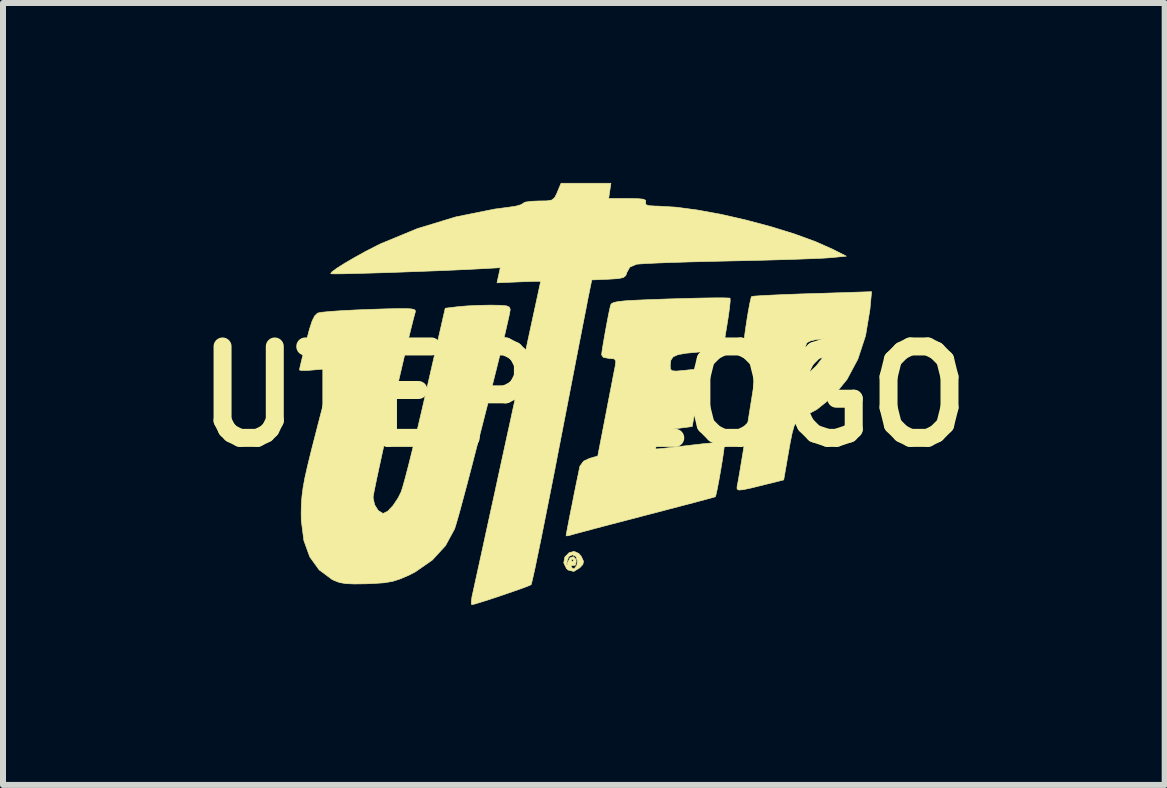
<source format=kicad_pcb>
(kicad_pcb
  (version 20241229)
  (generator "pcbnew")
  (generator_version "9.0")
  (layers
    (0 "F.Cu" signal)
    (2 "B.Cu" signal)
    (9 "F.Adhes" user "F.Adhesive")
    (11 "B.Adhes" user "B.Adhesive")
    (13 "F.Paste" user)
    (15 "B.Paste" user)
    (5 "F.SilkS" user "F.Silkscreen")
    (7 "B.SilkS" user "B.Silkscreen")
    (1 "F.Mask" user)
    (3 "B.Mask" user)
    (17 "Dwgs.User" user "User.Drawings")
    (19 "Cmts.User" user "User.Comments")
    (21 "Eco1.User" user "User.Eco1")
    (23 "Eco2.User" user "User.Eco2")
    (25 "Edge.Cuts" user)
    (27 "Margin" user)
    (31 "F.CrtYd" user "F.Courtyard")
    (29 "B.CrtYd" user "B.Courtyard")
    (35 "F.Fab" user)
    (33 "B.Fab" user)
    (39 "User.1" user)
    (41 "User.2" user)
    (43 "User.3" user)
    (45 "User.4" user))
  (footprint "UTEP LOGO"
    (layer "F.Cu")
    (at 6.684 3.561)
    (property "Reference" "UTEP LOGO" (at 0 0 0) (layer "F.SilkS") (effects (font (size 1.524 1.524) (thickness 0.3))))
    (attr through_hole)
    (fp_poly (pts (xy -0.084 2.616) (xy -0.044 2.664) (xy -0.006 2.746) (xy -0.016 2.799) (xy -0.067 2.854) (xy -0.167 2.916) (xy -0.261 2.893) (xy -0.288 2.87) (xy -0.313 2.819) (xy -0.285 2.819) (xy -0.278 2.805) (xy -0.269 2.762) (xy -0.252 2.731) (xy -0.212 2.731) (xy -0.191 2.752) (xy -0.169 2.731) (xy -0.191 2.709) (xy -0.212 2.731) (xy -0.252 2.731) (xy -0.229 2.687) (xy -0.174 2.67) (xy -0.133 2.713) (xy -0.127 2.754) (xy -0.143 2.813) (xy -0.169 2.815) (xy -0.208 2.821) (xy -0.212 2.837) (xy -0.181 2.871) (xy -0.159 2.868) (xy -0.118 2.817) (xy -0.106 2.748) (xy -0.132 2.666) (xy -0.191 2.639) (xy -0.251 2.668) (xy -0.282 2.752) (xy -0.285 2.819) (xy -0.313 2.819) (xy -0.335 2.774) (xy -0.317 2.676) (xy -0.245 2.603) (xy -0.162 2.582) (xy -0.084 2.616)) (stroke (width 0.01) (type solid)) (fill yes) (layer "F.SilkS"))
    (fp_poly (pts (xy 4.769 -1.446) (xy 4.697 -1.015) (xy 4.569 -0.625) (xy 4.388 -0.286) (xy 4.159 -0.004) (xy 3.886 0.214) (xy 3.72 0.303) (xy 3.64 0.34) (xy 3.581 0.376) (xy 3.537 0.424) (xy 3.503 0.499) (xy 3.472 0.613) (xy 3.438 0.781) (xy 3.397 1.015) (xy 3.385 1.086) (xy 3.332 1.39) (xy 2.98 1.478) (xy 2.784 1.526) (xy 2.657 1.553) (xy 2.585 1.559) (xy 2.555 1.543) (xy 2.554 1.505) (xy 2.561 1.471) (xy 2.575 1.398) (xy 2.599 1.259) (xy 2.631 1.066) (xy 2.669 0.835) (xy 2.711 0.578) (xy 2.754 0.309) (xy 2.797 0.042) (xy 2.836 -0.208) (xy 2.863 -0.378) (xy 3.644 -0.378) (xy 3.661 -0.355) (xy 3.7 -0.368) (xy 3.709 -0.372) (xy 3.796 -0.435) (xy 3.879 -0.515) (xy 3.962 -0.623) (xy 4.038 -0.752) (xy 4.092 -0.87) (xy 4.106 -0.935) (xy 4.07 -0.957) (xy 3.983 -0.961) (xy 3.874 -0.95) (xy 3.775 -0.927) (xy 3.718 -0.897) (xy 3.698 -0.843) (xy 3.676 -0.729) (xy 3.659 -0.599) (xy 3.644 -0.454) (xy 3.644 -0.378) (xy 2.863 -0.378) (xy 2.871 -0.43) (xy 2.898 -0.608) (xy 2.915 -0.729) (xy 2.921 -0.778) (xy 2.884 -0.815) (xy 2.794 -0.813) (xy 2.705 -0.809) (xy 2.672 -0.844) (xy 2.669 -0.895) (xy 2.677 -0.987) (xy 2.695 -1.124) (xy 2.719 -1.282) (xy 2.745 -1.438) (xy 2.77 -1.569) (xy 2.79 -1.652) (xy 2.797 -1.668) (xy 2.843 -1.674) (xy 2.961 -1.682) (xy 3.14 -1.691) (xy 3.367 -1.701) (xy 3.632 -1.711) (xy 3.806 -1.716) (xy 4.797 -1.748) (xy 4.769 -1.446)) (stroke (width 0.01) (type solid)) (fill yes) (layer "F.SilkS"))
    (fp_poly (pts (xy 2.422 -1.642) (xy 2.438 -1.64) (xy 2.44 -1.592) (xy 2.429 -1.48) (xy 2.407 -1.322) (xy 2.387 -1.196) (xy 2.317 -0.771) (xy 1.91 -0.741) (xy 1.704 -0.722) (xy 1.569 -0.698) (xy 1.489 -0.662) (xy 1.451 -0.607) (xy 1.44 -0.525) (xy 1.44 -0.513) (xy 1.444 -0.457) (xy 1.471 -0.43) (xy 1.539 -0.424) (xy 1.669 -0.435) (xy 1.693 -0.438) (xy 1.807 -0.45) (xy 1.884 -0.45) (xy 1.928 -0.425) (xy 1.944 -0.363) (xy 1.935 -0.251) (xy 1.907 -0.076) (xy 1.878 0.091) (xy 1.807 0.5) (xy 1.53 0.536) (xy 1.381 0.557) (xy 1.295 0.58) (xy 1.252 0.618) (xy 1.229 0.684) (xy 1.222 0.719) (xy 1.204 0.818) (xy 1.198 0.872) (xy 1.199 0.874) (xy 1.241 0.872) (xy 1.352 0.861) (xy 1.515 0.842) (xy 1.716 0.819) (xy 1.766 0.813) (xy 1.974 0.789) (xy 2.15 0.772) (xy 2.278 0.763) (xy 2.341 0.763) (xy 2.345 0.764) (xy 2.344 0.809) (xy 2.331 0.916) (xy 2.309 1.063) (xy 2.281 1.231) (xy 2.252 1.396) (xy 2.225 1.539) (xy 2.203 1.638) (xy 2.191 1.672) (xy 2.149 1.684) (xy 2.035 1.715) (xy 1.86 1.762) (xy 1.634 1.821) (xy 1.367 1.891) (xy 1.07 1.969) (xy 0.996 1.988) (xy 0.69 2.068) (xy 0.41 2.141) (xy 0.167 2.205) (xy -0.03 2.258) (xy -0.168 2.295) (xy -0.238 2.315) (xy -0.243 2.317) (xy -0.291 2.324) (xy -0.296 2.318) (xy -0.288 2.271) (xy -0.267 2.16) (xy -0.237 2.003) (xy -0.2 1.82) (xy -0.162 1.627) (xy -0.125 1.445) (xy -0.093 1.292) (xy -0.071 1.186) (xy -0.065 1.16) (xy -0.005 1.078) (xy 0.094 1.031) (xy 0.232 0.992) (xy 0.363 0.316) (xy 0.409 0.076) (xy 0.452 -0.144) (xy 0.487 -0.327) (xy 0.512 -0.455) (xy 0.521 -0.497) (xy 0.533 -0.591) (xy 0.507 -0.628) (xy 0.423 -0.635) (xy 0.422 -0.635) (xy 0.325 -0.653) (xy 0.296 -0.694) (xy 0.304 -0.761) (xy 0.324 -0.887) (xy 0.352 -1.048) (xy 0.383 -1.218) (xy 0.413 -1.373) (xy 0.438 -1.489) (xy 0.448 -1.529) (xy 0.464 -1.551) (xy 0.503 -1.569) (xy 0.577 -1.584) (xy 0.694 -1.596) (xy 0.865 -1.606) (xy 1.1 -1.616) (xy 1.409 -1.627) (xy 1.443 -1.628) (xy 1.722 -1.636) (xy 1.971 -1.642) (xy 2.179 -1.645) (xy 2.333 -1.645) (xy 2.422 -1.642)) (stroke (width 0.01) (type solid)) (fill yes) (layer "F.SilkS"))
    (fp_poly (pts (xy -1.389 -1.521) (xy -1.29 -1.512) (xy -1.242 -1.491) (xy -1.228 -1.456) (xy -1.228 -1.45) (xy -1.238 -1.385) (xy -1.268 -1.25) (xy -1.313 -1.053) (xy -1.372 -0.806) (xy -1.442 -0.52) (xy -1.521 -0.205) (xy -1.604 0.129) (xy -1.691 0.471) (xy -1.778 0.81) (xy -1.862 1.136) (xy -1.941 1.439) (xy -2.013 1.707) (xy -2.073 1.93) (xy -2.121 2.098) (xy -2.152 2.199) (xy -2.157 2.211) (xy -2.306 2.486) (xy -2.526 2.726) (xy -2.809 2.923) (xy -2.911 2.976) (xy -3.059 3.04) (xy -3.187 3.081) (xy -3.325 3.105) (xy -3.503 3.117) (xy -3.619 3.122) (xy -3.826 3.125) (xy -3.971 3.119) (xy -4.077 3.1) (xy -4.165 3.066) (xy -4.199 3.049) (xy -4.414 2.889) (xy -4.569 2.674) (xy -4.668 2.4) (xy -4.711 2.065) (xy -4.713 1.947) (xy -4.71 1.803) (xy -4.7 1.665) (xy -4.681 1.519) (xy -4.65 1.35) (xy -4.603 1.143) (xy -4.539 0.882) (xy -4.47 0.614) (xy -4.4 0.342) (xy -4.335 0.094) (xy -4.28 -0.117) (xy -4.238 -0.278) (xy -4.211 -0.376) (xy -4.205 -0.397) (xy -4.199 -0.439) (xy -4.223 -0.459) (xy -4.295 -0.462) (xy -4.43 -0.45) (xy -4.462 -0.447) (xy -4.603 -0.435) (xy -4.703 -0.434) (xy -4.741 -0.442) (xy -4.732 -0.492) (xy -4.705 -0.605) (xy -4.667 -0.764) (xy -4.629 -0.915) (xy -4.575 -1.122) (xy -4.53 -1.26) (xy -4.488 -1.344) (xy -4.445 -1.386) (xy -4.428 -1.394) (xy -4.359 -1.406) (xy -4.22 -1.419) (xy -4.027 -1.432) (xy -3.795 -1.444) (xy -3.564 -1.453) (xy -3.29 -1.462) (xy -3.09 -1.466) (xy -2.953 -1.466) (xy -2.868 -1.46) (xy -2.823 -1.448) (xy -2.808 -1.429) (xy -2.811 -1.406) (xy -2.839 -1.304) (xy -2.881 -1.137) (xy -2.935 -0.917) (xy -2.996 -0.656) (xy -3.064 -0.365) (xy -3.136 -0.056) (xy -3.208 0.26) (xy -3.278 0.571) (xy -3.344 0.865) (xy -3.402 1.132) (xy -3.451 1.359) (xy -3.487 1.534) (xy -3.509 1.647) (xy -3.514 1.683) (xy -3.489 1.803) (xy -3.429 1.9) (xy -3.352 1.947) (xy -3.341 1.947) (xy -3.27 1.912) (xy -3.182 1.819) (xy -3.096 1.69) (xy -3.048 1.594) (xy -3.021 1.512) (xy -2.978 1.358) (xy -2.922 1.143) (xy -2.856 0.878) (xy -2.782 0.575) (xy -2.704 0.243) (xy -2.642 -0.027) (xy -2.311 -1.472) (xy -2.097 -1.498) (xy -1.944 -1.511) (xy -1.749 -1.52) (xy -1.556 -1.524) (xy -1.389 -1.521)) (stroke (width 0.01) (type solid)) (fill yes) (layer "F.SilkS"))
    (fp_poly (pts (xy 0.414 -3.302) (xy 0.735 -3.302) (xy 0.899 -3.299) (xy 0.993 -3.29) (xy 1.032 -3.27) (xy 1.031 -3.239) (xy 1.032 -3.201) (xy 1.082 -3.182) (xy 1.198 -3.175) (xy 1.234 -3.175) (xy 1.537 -3.157) (xy 1.897 -3.109) (xy 2.295 -3.036) (xy 2.711 -2.941) (xy 3.126 -2.83) (xy 3.519 -2.708) (xy 3.871 -2.579) (xy 4.163 -2.449) (xy 4.167 -2.446) (xy 4.376 -2.34) (xy 4.104 -2.314) (xy 3.995 -2.307) (xy 3.814 -2.299) (xy 3.573 -2.29) (xy 3.286 -2.281) (xy 2.963 -2.272) (xy 2.619 -2.264) (xy 2.421 -2.26) (xy 2.077 -2.252) (xy 1.756 -2.244) (xy 1.468 -2.235) (xy 1.225 -2.226) (xy 1.036 -2.217) (xy 0.915 -2.209) (xy 0.877 -2.205) (xy 0.767 -2.158) (xy 0.719 -2.073) (xy 0.699 -2.017) (xy 0.658 -1.984) (xy 0.575 -1.966) (xy 0.431 -1.957) (xy 0.414 -1.956) (xy 0.132 -1.944) (xy 0.087 -1.723) (xy 0.07 -1.641) (xy 0.04 -1.483) (xy -0.004 -1.26) (xy -0.059 -0.978) (xy -0.123 -0.648) (xy -0.195 -0.276) (xy -0.273 0.128) (xy -0.356 0.556) (xy -0.404 0.803) (xy -0.487 1.234) (xy -0.567 1.639) (xy -0.641 2.011) (xy -0.707 2.343) (xy -0.766 2.628) (xy -0.813 2.856) (xy -0.85 3.022) (xy -0.873 3.117) (xy -0.879 3.137) (xy -0.928 3.159) (xy -1.037 3.2) (xy -1.188 3.253) (xy -1.36 3.312) (xy -1.534 3.37) (xy -1.689 3.42) (xy -1.807 3.456) (xy -1.867 3.471) (xy -1.869 3.471) (xy -1.877 3.435) (xy -1.866 3.342) (xy -1.855 3.291) (xy -1.839 3.22) (xy -1.808 3.077) (xy -1.763 2.872) (xy -1.706 2.613) (xy -1.64 2.309) (xy -1.566 1.969) (xy -1.485 1.6) (xy -1.401 1.211) (xy -1.314 0.812) (xy -1.226 0.41) (xy -1.14 0.013) (xy -1.056 -0.368) (xy -0.978 -0.727) (xy -0.907 -1.055) (xy -0.845 -1.342) (xy -0.793 -1.581) (xy -0.754 -1.762) (xy -0.729 -1.878) (xy -0.72 -1.92) (xy -0.72 -1.92) (xy -0.759 -1.921) (xy -0.863 -1.919) (xy -1.013 -1.914) (xy -1.084 -1.911) (xy -1.448 -1.896) (xy -1.393 -2.148) (xy -1.681 -2.132) (xy -1.897 -2.121) (xy -2.153 -2.109) (xy -2.435 -2.097) (xy -2.733 -2.086) (xy -3.033 -2.075) (xy -3.324 -2.065) (xy -3.593 -2.057) (xy -3.829 -2.051) (xy -4.02 -2.046) (xy -4.153 -2.045) (xy -4.217 -2.047) (xy -4.221 -2.048) (xy -4.199 -2.079) (xy -4.116 -2.14) (xy -3.985 -2.223) (xy -3.822 -2.318) (xy -3.64 -2.419) (xy -3.452 -2.515) (xy -3.387 -2.547) (xy -2.778 -2.799) (xy -2.134 -2.995) (xy -1.484 -3.126) (xy -1.259 -3.155) (xy -1.129 -3.175) (xy -1.04 -3.201) (xy -1.016 -3.22) (xy -0.978 -3.241) (xy -0.877 -3.255) (xy -0.76 -3.26) (xy -0.617 -3.262) (xy -0.535 -3.276) (xy -0.487 -3.315) (xy -0.45 -3.388) (xy -0.442 -3.408) (xy -0.38 -3.556) (xy 0.451 -3.556) (xy 0.414 -3.302)) (stroke (width 0.01) (type solid)) (fill yes) (layer "F.SilkS")))
  (gr_rect
    (start -3 -3)
    (end 16.368 10.037)
    (stroke (width 0.1) (type default))
    (fill no)
    (layer "Edge.Cuts")))
</source>
